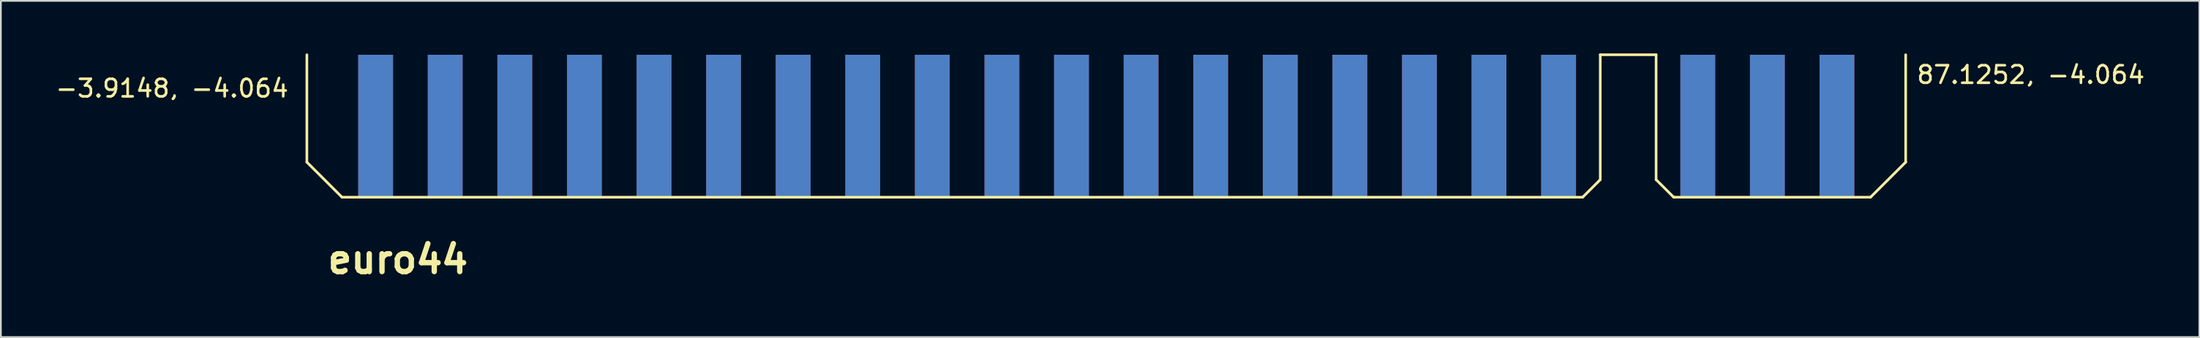
<source format=kicad_pcb>
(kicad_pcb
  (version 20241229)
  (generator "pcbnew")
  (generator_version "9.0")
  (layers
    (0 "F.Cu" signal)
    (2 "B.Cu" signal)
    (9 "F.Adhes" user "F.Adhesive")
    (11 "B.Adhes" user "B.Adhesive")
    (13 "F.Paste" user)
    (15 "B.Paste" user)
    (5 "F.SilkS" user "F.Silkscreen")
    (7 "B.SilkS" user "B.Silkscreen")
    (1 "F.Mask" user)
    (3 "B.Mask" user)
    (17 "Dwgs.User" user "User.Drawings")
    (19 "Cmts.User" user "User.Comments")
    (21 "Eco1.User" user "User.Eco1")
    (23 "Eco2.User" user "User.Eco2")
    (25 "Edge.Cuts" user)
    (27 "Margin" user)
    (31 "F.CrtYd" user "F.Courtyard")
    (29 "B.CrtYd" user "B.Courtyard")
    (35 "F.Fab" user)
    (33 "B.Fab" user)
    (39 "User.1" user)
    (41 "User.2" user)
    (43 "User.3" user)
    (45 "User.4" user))
  (footprint "euro44"
    (layer "F.Cu")
    (at 18.339 4.139)
    (property "Reference" "euro44" (at 1.27 7.62 0) (layer "F.SilkS") (effects (font (size 1.524 1.524) (thickness 0.305))))
    (attr through_hole)
    (fp_line (start -3.915 -4.064) (end -3.915 2.064) (stroke (width 0.15) (type solid)) (layer "F.SilkS"))
    (fp_line (start -3.915 2.064) (end -1.915 4.064) (stroke (width 0.15) (type solid)) (layer "F.SilkS"))
    (fp_line (start -1.915 4.064) (end 68.733 4.064) (stroke (width 0.15) (type solid)) (layer "F.SilkS"))
    (fp_line (start 69.733 -4.064) (end 72.913 -4.064) (stroke (width 0.15) (type solid)) (layer "F.SilkS"))
    (fp_line (start 69.733 3.064) (end 68.733 4.064) (stroke (width 0.15) (type solid)) (layer "F.SilkS"))
    (fp_line (start 69.733 3.064) (end 69.733 -4.064) (stroke (width 0.15) (type solid)) (layer "F.SilkS"))
    (fp_line (start 72.913 -4.064) (end 72.913 3.064) (stroke (width 0.15) (type solid)) (layer "F.SilkS"))
    (fp_line (start 72.913 3.064) (end 73.913 4.064) (stroke (width 0.15) (type solid)) (layer "F.SilkS"))
    (fp_line (start 73.913 4.064) (end 85.125 4.064) (stroke (width 0.15) (type solid)) (layer "F.SilkS"))
    (fp_line (start 87.125 2.064) (end 85.125 4.064) (stroke (width 0.15) (type solid)) (layer "F.SilkS"))
    (fp_line (start 87.125 2.064) (end 87.125 -4.064) (stroke (width 0.15) (type solid)) (layer "F.SilkS"))
    (fp_text user "87.1252, -4.064" (at 94.247 -2.921 0) (layer "F.SilkS") (effects (font (size 1 1) (thickness 0.15))))
    (fp_text user "-3.9148, -4.064" (at -11.595 -2.146 0) (layer "F.SilkS") (effects (font (size 1 1) (thickness 0.15))))
    (pad "1" connect rect (at 0 0) (size 1.981 8.128) (layers "B.Cu" "B.Mask"))
    (pad "2" connect rect (at 0 0) (size 1.981 8.128) (layers "F.Cu" "F.Mask"))
    (pad "3" connect rect (at 3.962 0) (size 1.981 8.128) (layers "B.Cu" "B.Mask"))
    (pad "4" connect rect (at 3.962 0) (size 1.981 8.128) (layers "F.Cu" "F.Mask"))
    (pad "5" connect rect (at 7.925 0) (size 1.981 8.128) (layers "B.Cu" "B.Mask"))
    (pad "6" connect rect (at 7.925 0) (size 1.981 8.128) (layers "F.Cu" "F.Mask"))
    (pad "7" connect rect (at 11.887 0) (size 1.981 8.128) (layers "B.Cu" "B.Mask"))
    (pad "8" connect rect (at 11.887 0) (size 1.981 8.128) (layers "F.Cu" "F.Mask"))
    (pad "9" connect rect (at 15.85 0) (size 1.981 8.128) (layers "B.Cu" "B.Mask"))
    (pad "10" connect rect (at 15.85 0) (size 1.981 8.128) (layers "F.Cu" "F.Mask"))
    (pad "11" connect rect (at 19.812 0) (size 1.981 8.128) (layers "B.Cu" "B.Mask"))
    (pad "12" connect rect (at 19.812 0) (size 1.981 8.128) (layers "F.Cu" "F.Mask"))
    (pad "13" connect rect (at 23.774 0) (size 1.981 8.128) (layers "B.Cu" "B.Mask"))
    (pad "14" connect rect (at 23.774 0) (size 1.981 8.128) (layers "F.Cu" "F.Mask"))
    (pad "15" connect rect (at 27.737 0) (size 1.981 8.128) (layers "B.Cu" "B.Mask"))
    (pad "16" connect rect (at 27.737 0) (size 1.981 8.128) (layers "F.Cu" "F.Mask"))
    (pad "17" connect rect (at 31.699 0) (size 1.981 8.128) (layers "B.Cu" "B.Mask"))
    (pad "18" connect rect (at 31.699 0) (size 1.981 8.128) (layers "F.Cu" "F.Mask"))
    (pad "19" connect rect (at 35.662 0) (size 1.981 8.128) (layers "B.Cu" "B.Mask"))
    (pad "20" connect rect (at 35.662 0) (size 1.981 8.128) (layers "F.Cu" "F.Mask"))
    (pad "21" connect rect (at 39.624 0) (size 1.981 8.128) (layers "B.Cu" "B.Mask"))
    (pad "22" connect rect (at 39.624 0) (size 1.981 8.128) (layers "F.Cu" "F.Mask"))
    (pad "23" connect rect (at 43.586 0) (size 1.981 8.128) (layers "B.Cu" "B.Mask"))
    (pad "24" connect rect (at 43.586 0) (size 1.981 8.128) (layers "F.Cu" "F.Mask"))
    (pad "25" connect rect (at 47.549 0) (size 1.981 8.128) (layers "B.Cu" "B.Mask"))
    (pad "26" connect rect (at 47.549 0) (size 1.981 8.128) (layers "F.Cu" "F.Mask"))
    (pad "27" connect rect (at 51.511 0) (size 1.981 8.128) (layers "B.Cu" "B.Mask"))
    (pad "28" connect rect (at 51.511 0) (size 1.981 8.128) (layers "F.Cu" "F.Mask"))
    (pad "29" connect rect (at 55.474 0) (size 1.981 8.128) (layers "B.Cu" "B.Mask"))
    (pad "30" connect rect (at 55.474 0) (size 1.981 8.128) (layers "F.Cu" "F.Mask"))
    (pad "31" connect rect (at 59.436 0) (size 1.981 8.128) (layers "B.Cu" "B.Mask"))
    (pad "32" connect rect (at 59.436 0) (size 1.981 8.128) (layers "F.Cu" "F.Mask"))
    (pad "33" connect rect (at 63.398 0) (size 1.981 8.128) (layers "B.Cu" "B.Mask"))
    (pad "34" connect rect (at 63.398 0) (size 1.981 8.128) (layers "F.Cu" "F.Mask"))
    (pad "35" connect rect (at 67.361 0) (size 1.981 8.128) (layers "B.Cu" "B.Mask"))
    (pad "36" connect rect (at 67.361 0) (size 1.981 8.128) (layers "F.Cu" "F.Mask"))
    (pad "39" connect rect (at 75.286 0) (size 1.981 8.128) (layers "B.Cu" "B.Mask"))
    (pad "40" connect rect (at 75.286 0) (size 1.981 8.128) (layers "F.Cu" "F.Mask"))
    (pad "41" connect rect (at 79.248 0) (size 1.981 8.128) (layers "B.Cu" "B.Mask"))
    (pad "42" connect rect (at 79.248 0) (size 1.981 8.128) (layers "F.Cu" "F.Mask"))
    (pad "43" connect rect (at 83.21 0) (size 1.981 8.128) (layers "B.Cu" "B.Mask"))
    (pad "44" connect rect (at 83.21 0) (size 1.981 8.128) (layers "F.Cu" "F.Mask")))
  (gr_rect
    (start -3 -3)
    (end 122.187 16.185)
    (stroke (width 0.1) (type default))
    (fill no)
    (layer "Edge.Cuts")))
</source>
